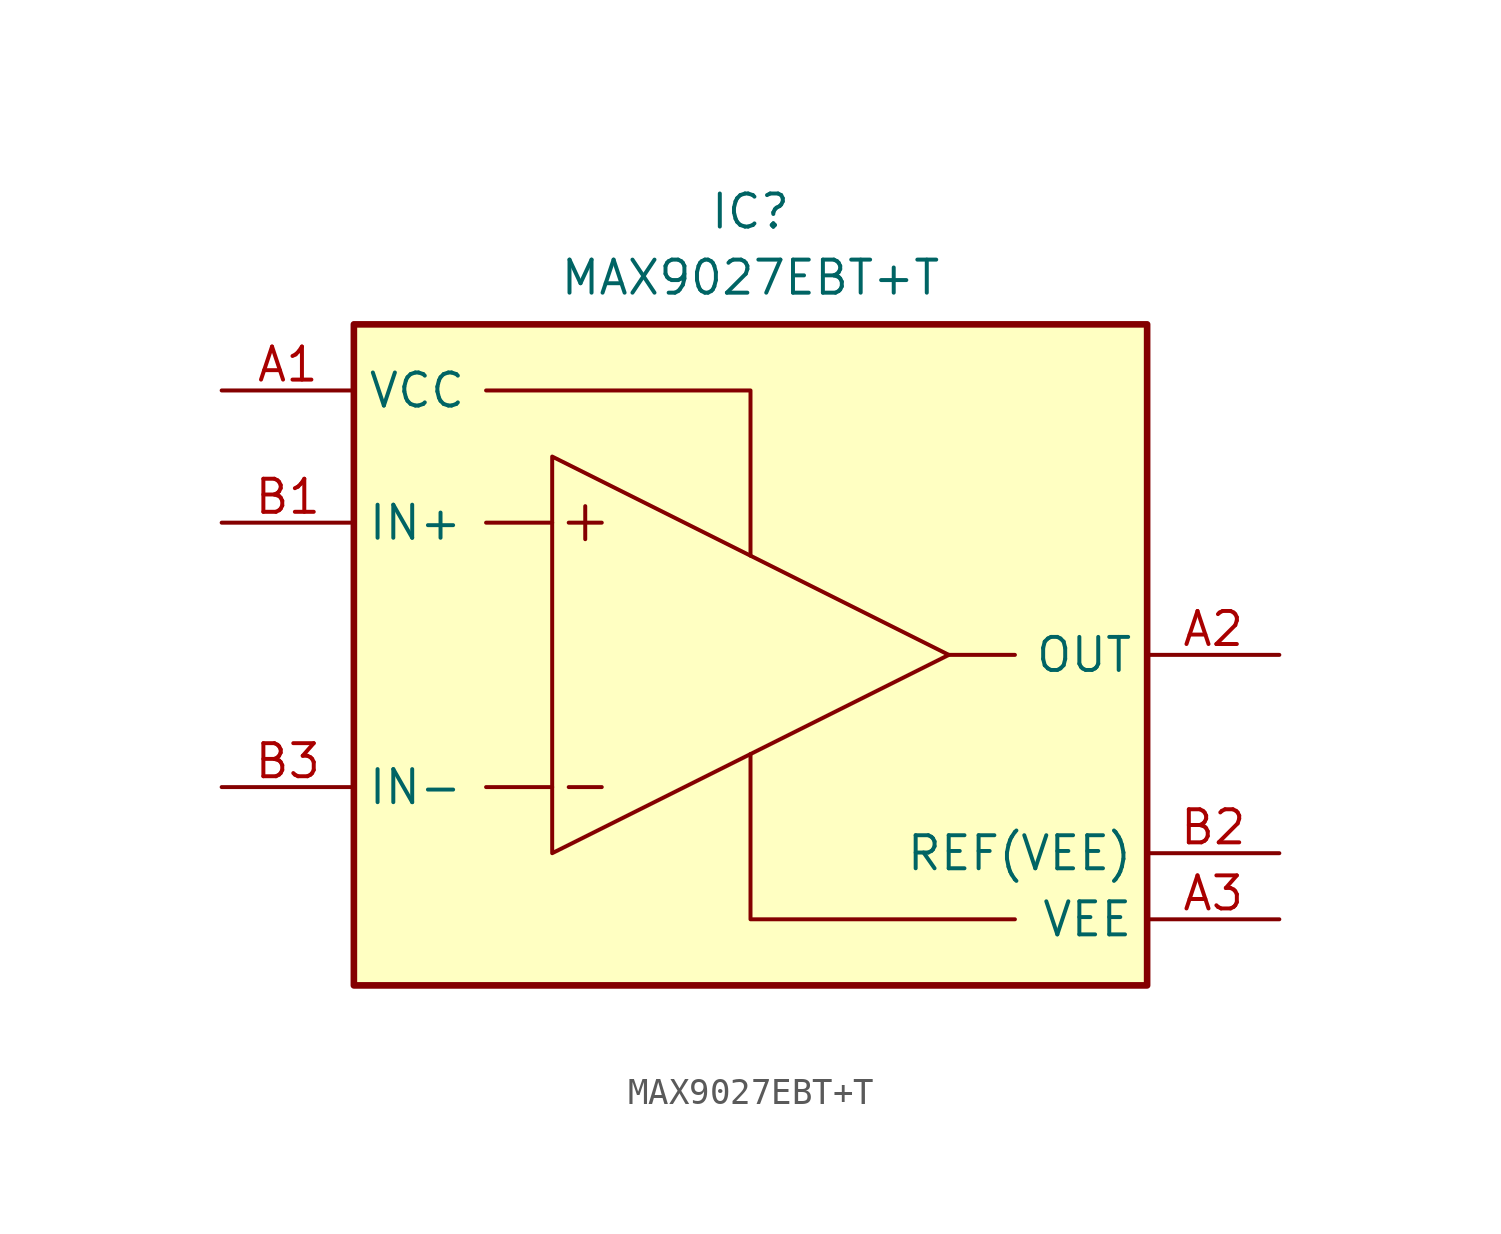
<source format=kicad_sym>
(kicad_symbol_lib
  (version 20220914)
  (generator kicad_symbol_editor)
  (symbol "MAX9027EBT+T"
    (property "Reference" "IC"
      (at 0 17.78 0)
      (effects (font (size 1.27 1.27)) (justify top)))
    (property "Value" "MAX9027EBT+T"
      (at 0 15.24 0)
      (effects (font (size 1.27 1.27)) (justify top)))
    (symbol "MAX9027EBT+T_0_1"
      (polyline (pts (xy -7.62 -5.08) (xy -10.16 -5.08)) (stroke (width 0) (type default)) (fill (type none)))
      (polyline (pts (xy -7.62 5.08) (xy -10.16 5.08)) (stroke (width 0) (type default)) (fill (type none)))
      (polyline (pts (xy -6.985 -5.08) (xy -5.715 -5.08)) (stroke (width 0) (type default)) (fill (type none)))
      (polyline (pts (xy -6.985 5.08) (xy -5.715 5.08)) (stroke (width 0) (type default)) (fill (type none)))
      (polyline (pts (xy -6.35 5.715) (xy -6.35 4.445)) (stroke (width 0) (type default)) (fill (type none)))
      (polyline (pts (xy 7.62 0) (xy 10.16 0)) (stroke (width 0) (type default)) (fill (type none)))
      (polyline (pts (xy -10.16 10.16) (xy 0 10.16) (xy 0 3.81)) (stroke (width 0) (type default)) (fill (type none)))
      (polyline (pts (xy 0 -3.81) (xy 0 -10.16) (xy 10.16 -10.16)) (stroke (width 0) (type default)) (fill (type none)))
      (polyline (pts (xy -7.62 7.62) (xy -7.62 -7.62) (xy 7.62 0) (xy -7.62 7.62)) (stroke (width 0) (type default)) (fill (type none))))
    (symbol "MAX9027EBT+T_1_1"
      (rectangle (start -15.24 12.7) (end 15.24 -12.7) (stroke (width 0.254) (type default)) (fill (type background)))
      (pin passive line (at -20.32 10.16 0) (length 5.08) (name "VCC" (effects (font (size 1.27 1.27)))) (number "A1" (effects (font (size 1.27 1.27)))))
      (pin passive line (at 20.32 0 180) (length 5.08) (name "OUT" (effects (font (size 1.27 1.27)))) (number "A2" (effects (font (size 1.27 1.27)))))
      (pin passive line (at 20.32 -10.16 180) (length 5.08) (name "VEE" (effects (font (size 1.27 1.27)))) (number "A3" (effects (font (size 1.27 1.27)))))
      (pin passive line (at -20.32 5.08 0) (length 5.08) (name "IN+" (effects (font (size 1.27 1.27)))) (number "B1" (effects (font (size 1.27 1.27)))))
      (pin passive line (at 20.32 -7.62 180) (length 5.08) (name "REF(VEE)" (effects (font (size 1.27 1.27)))) (number "B2" (effects (font (size 1.27 1.27)))))
      (pin passive line (at -20.32 -5.08 0) (length 5.08) (name "IN-" (effects (font (size 1.27 1.27)))) (number "B3" (effects (font (size 1.27 1.27))))))))
</source>
